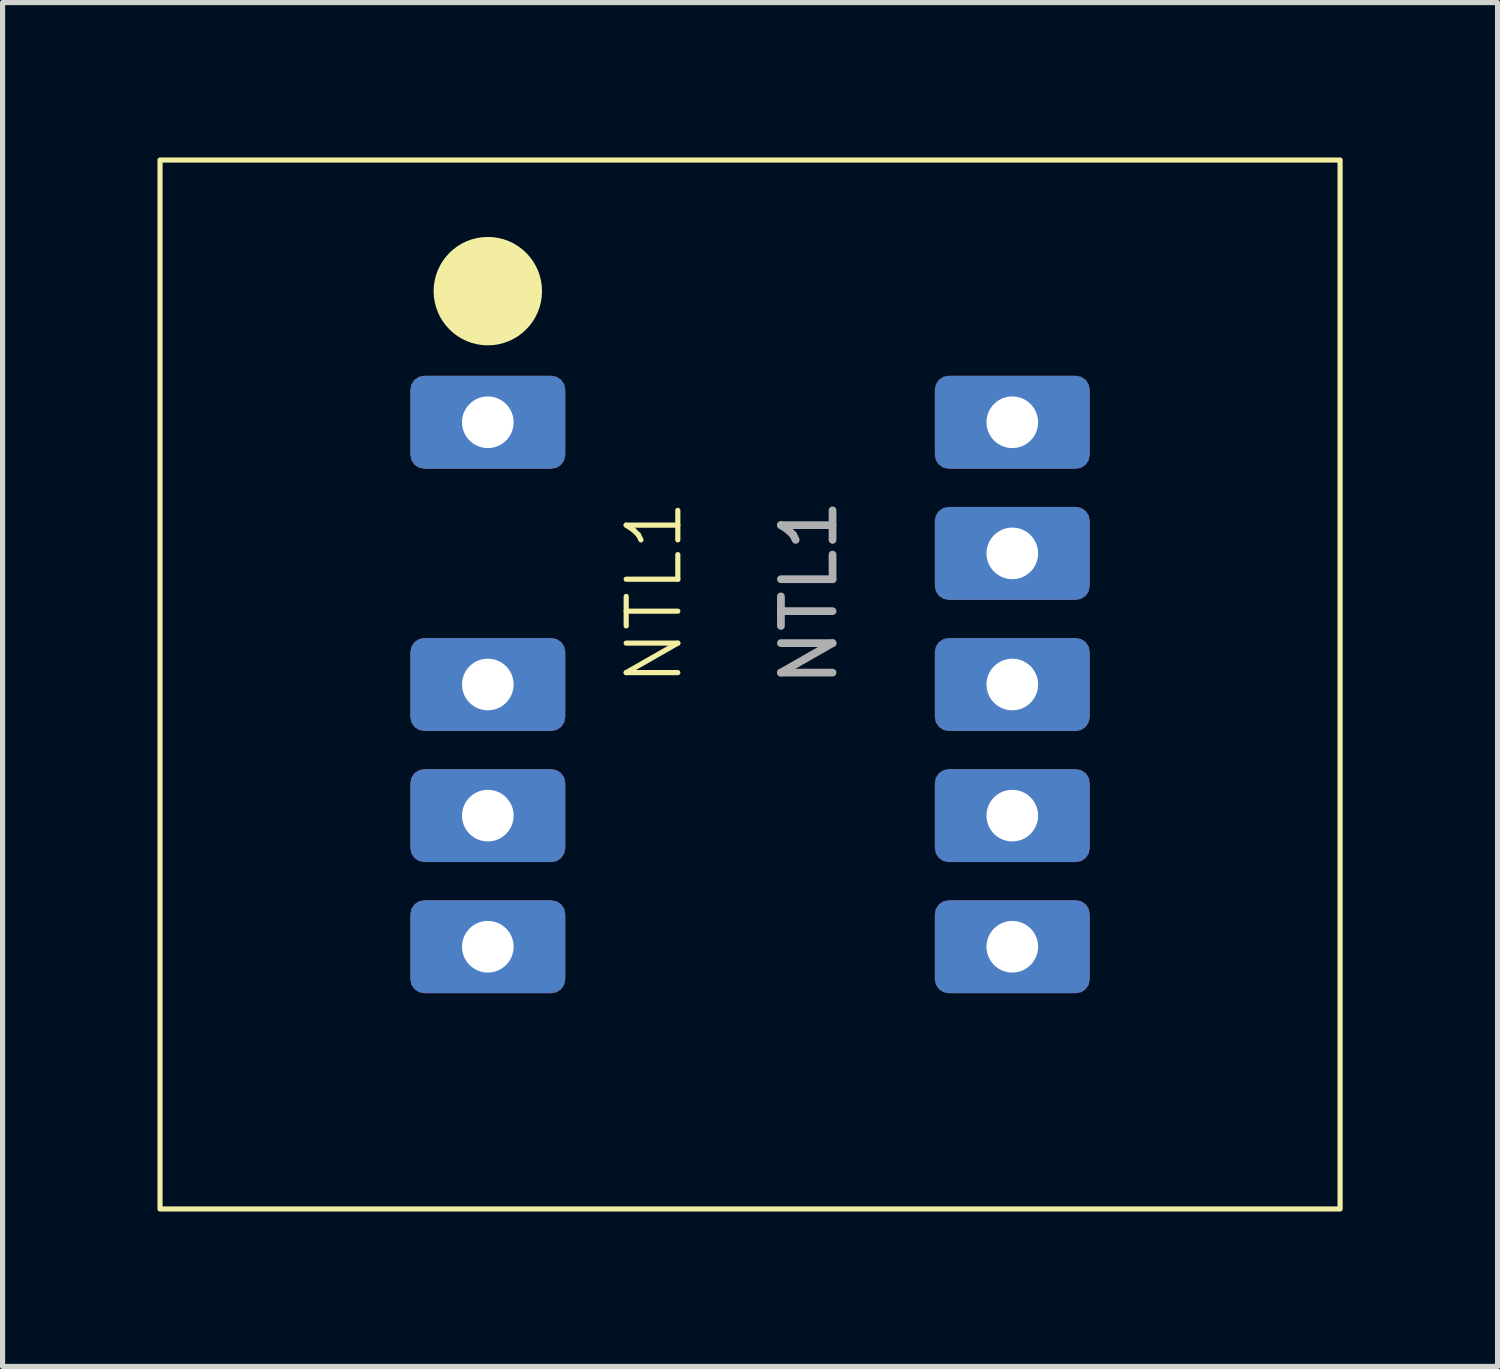
<source format=kicad_pcb>
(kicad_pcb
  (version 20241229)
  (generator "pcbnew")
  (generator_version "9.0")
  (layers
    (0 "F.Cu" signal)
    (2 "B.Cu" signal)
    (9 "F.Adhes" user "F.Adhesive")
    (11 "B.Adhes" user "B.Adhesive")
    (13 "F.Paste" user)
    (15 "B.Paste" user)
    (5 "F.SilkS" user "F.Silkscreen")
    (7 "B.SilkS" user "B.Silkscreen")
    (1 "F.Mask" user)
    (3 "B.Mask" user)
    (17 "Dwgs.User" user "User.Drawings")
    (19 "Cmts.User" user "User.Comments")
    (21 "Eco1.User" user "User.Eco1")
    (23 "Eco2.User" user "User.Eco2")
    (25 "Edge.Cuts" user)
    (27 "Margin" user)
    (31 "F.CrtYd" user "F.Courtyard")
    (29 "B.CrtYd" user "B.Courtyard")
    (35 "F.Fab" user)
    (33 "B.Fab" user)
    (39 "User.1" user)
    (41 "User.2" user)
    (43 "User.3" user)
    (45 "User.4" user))
  (footprint "NTL1"
    (layer "F.Cu")
    (at 11.48 7.67)
    (property "Reference" "NTL1" (at -1.857 0.762 90) (unlocked yes) (layer "F.SilkS") (effects (font (size 1 1) (thickness 0.1))))
    (attr smd)
    (fp_rect (start -11.43 -7.62) (end 11.43 12.7) (stroke (width 0.1) (type default)) (fill no) (layer "F.SilkS"))
    (fp_circle (center -5.08 -5.08) (end -4.08 -5.08) (stroke (width 0.1) (type solid)) (fill yes) (layer "F.SilkS"))
    (fp_text user "${REFERENCE}" (at 1.143 0.762 90) (unlocked yes) (layer "F.Fab") (effects (font (size 1 1) (thickness 0.15))))
    (pad "1" thru_hole roundrect (at -5.08 -2.54) (size 3 1.8) (drill 1) (layers "*.Cu" "*.Mask") (roundrect_rratio 0.15))
    (pad "2" thru_hole roundrect (at -5.08 2.54) (size 3 1.8) (drill 1) (layers "*.Cu" "*.Mask") (roundrect_rratio 0.15))
    (pad "3" thru_hole roundrect (at -5.08 5.08) (size 3 1.8) (drill 1) (layers "*.Cu" "*.Mask") (roundrect_rratio 0.15))
    (pad "4" thru_hole roundrect (at -5.08 7.62) (size 3 1.8) (drill 1) (layers "*.Cu" "*.Mask") (roundrect_rratio 0.15))
    (pad "5" thru_hole roundrect (at 5.08 -2.54) (size 3 1.8) (drill 1) (layers "*.Cu" "*.Mask") (roundrect_rratio 0.15))
    (pad "6" thru_hole roundrect (at 5.08 0) (size 3 1.8) (drill 1) (layers "*.Cu" "*.Mask") (roundrect_rratio 0.15))
    (pad "7" thru_hole roundrect (at 5.08 2.54) (size 3 1.8) (drill 1) (layers "*.Cu" "*.Mask") (roundrect_rratio 0.15))
    (pad "8" thru_hole roundrect (at 5.08 5.08) (size 3 1.8) (drill 1) (layers "*.Cu" "*.Mask") (roundrect_rratio 0.15))
    (pad "9" thru_hole roundrect (at 5.08 7.62) (size 3 1.8) (drill 1) (layers "*.Cu" "*.Mask") (roundrect_rratio 0.15)))
  (gr_rect
    (start -3 -3)
    (end 25.96 23.42)
    (stroke (width 0.1) (type default))
    (fill no)
    (layer "Edge.Cuts")))
</source>
